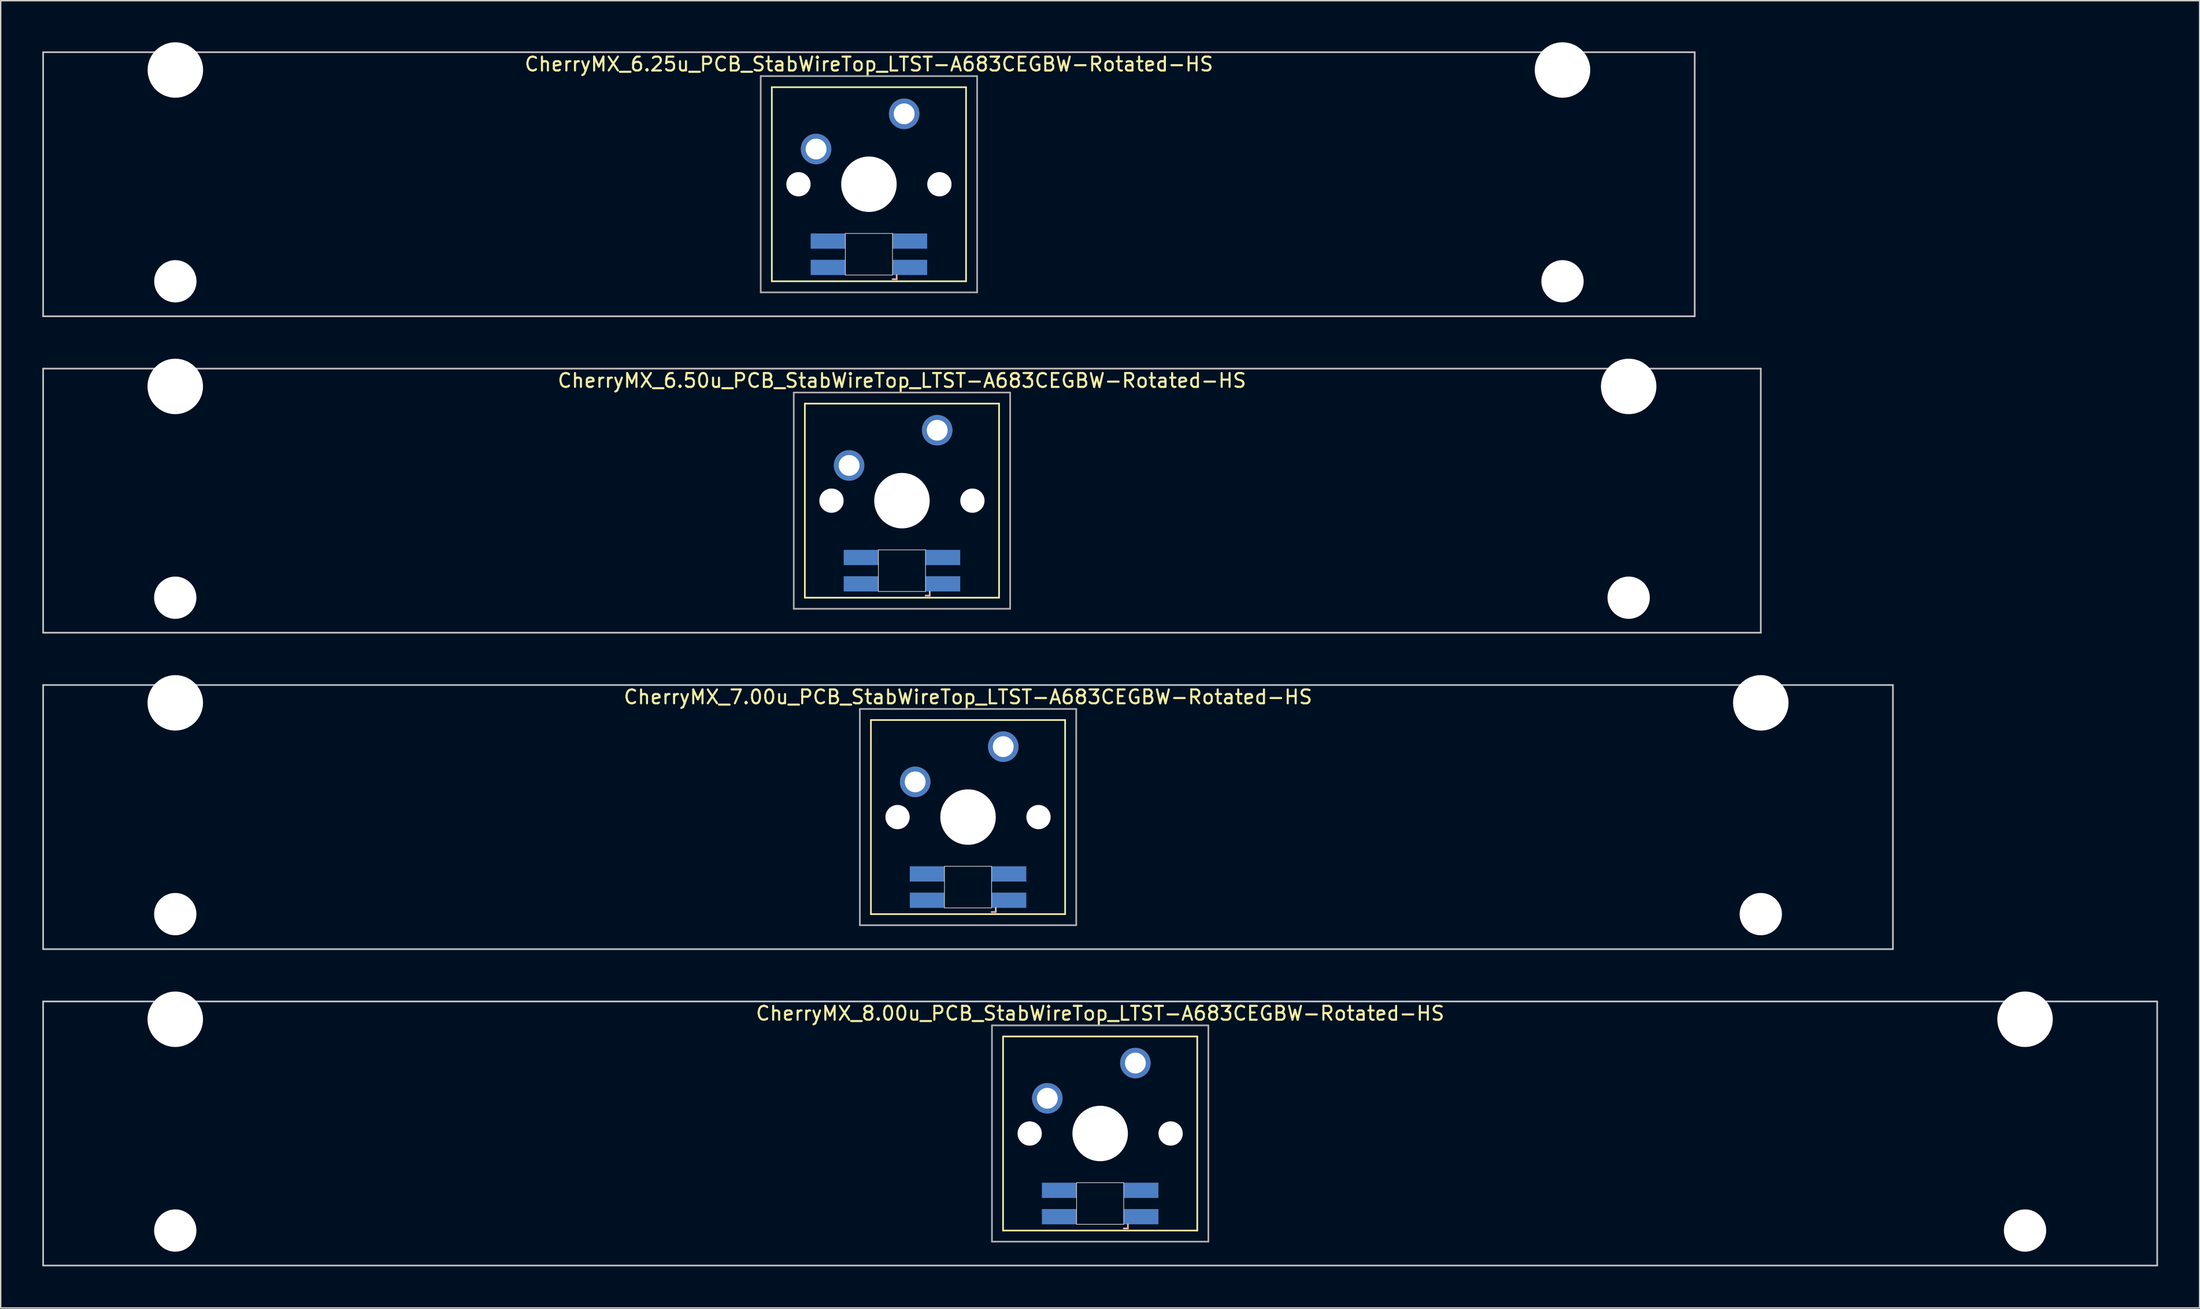
<source format=kicad_pcb>
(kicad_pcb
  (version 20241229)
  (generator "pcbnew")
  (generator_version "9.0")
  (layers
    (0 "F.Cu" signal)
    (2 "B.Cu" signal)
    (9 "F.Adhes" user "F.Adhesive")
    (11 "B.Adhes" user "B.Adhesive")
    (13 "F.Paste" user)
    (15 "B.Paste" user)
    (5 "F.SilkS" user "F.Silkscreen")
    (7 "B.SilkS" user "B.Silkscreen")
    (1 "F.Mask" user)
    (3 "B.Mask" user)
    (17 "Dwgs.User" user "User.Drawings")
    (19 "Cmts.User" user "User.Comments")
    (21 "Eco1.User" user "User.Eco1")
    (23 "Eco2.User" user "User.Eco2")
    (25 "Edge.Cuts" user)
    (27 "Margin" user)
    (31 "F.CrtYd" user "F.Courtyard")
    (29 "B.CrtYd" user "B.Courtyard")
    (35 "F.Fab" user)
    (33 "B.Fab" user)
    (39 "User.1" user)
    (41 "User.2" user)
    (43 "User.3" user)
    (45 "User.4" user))
  (footprint "CherryMX_8.00u_PCB_StabWireTop_LTST-A683CEGBW-Rotated-HS"
    (layer "F.Cu")
    (at 76.26 78.715)
    (property "Reference" "CherryMX_8.00u_PCB_StabWireTop_LTST-A683CEGBW-Rotated-HS" (at 0 -8.662 0) (layer "F.SilkS") (effects (font (size 1 1) (thickness 0.15))))
    (attr through_hole)
    (fp_line (start -7 -7) (end -7 7) (stroke (width 0.12) (type solid)) (layer "F.SilkS"))
    (fp_line (start -7 -7) (end 7 -7) (stroke (width 0.12) (type solid)) (layer "F.SilkS"))
    (fp_line (start 7 -7) (end 7 7) (stroke (width 0.12) (type solid)) (layer "F.SilkS"))
    (fp_line (start 7 7) (end -7 7) (stroke (width 0.12) (type solid)) (layer "F.SilkS"))
    (fp_line (start 1.7 6.85) (end 2 6.85) (stroke (width 0.12) (type solid)) (layer "B.SilkS"))
    (fp_line (start 2 6.85) (end 2 6.55) (stroke (width 0.12) (type solid)) (layer "B.SilkS"))
    (fp_line (start -76.2 -9.525) (end 76.2 -9.525) (stroke (width 0.12) (type solid)) (layer "Dwgs.User"))
    (fp_line (start -76.2 9.525) (end -76.2 -9.525) (stroke (width 0.12) (type solid)) (layer "Dwgs.User"))
    (fp_line (start 76.2 -9.525) (end 76.2 9.525) (stroke (width 0.12) (type solid)) (layer "Dwgs.User"))
    (fp_line (start 76.2 9.525) (end -76.2 9.525) (stroke (width 0.12) (type solid)) (layer "Dwgs.User"))
    (fp_line (start -1.7 3.55) (end 1.7 3.55) (stroke (width 0.05) (type solid)) (layer "Edge.Cuts"))
    (fp_line (start -1.7 6.55) (end -1.7 3.55) (stroke (width 0.05) (type solid)) (layer "Edge.Cuts"))
    (fp_line (start 1.7 3.55) (end 1.7 6.55) (stroke (width 0.05) (type solid)) (layer "Edge.Cuts"))
    (fp_line (start 1.7 6.55) (end -1.7 6.55) (stroke (width 0.05) (type solid)) (layer "Edge.Cuts"))
    (fp_line (start -7.8 -7.8) (end -7.8 7.8) (stroke (width 0.12) (type solid)) (layer "F.Fab"))
    (fp_line (start -7.8 -7.8) (end 7.8 -7.8) (stroke (width 0.12) (type solid)) (layer "F.Fab"))
    (fp_line (start -7.8 7.8) (end 7.8 7.8) (stroke (width 0.12) (type solid)) (layer "F.Fab"))
    (fp_line (start 7.8 -7.8) (end 7.8 7.8) (stroke (width 0.12) (type solid)) (layer "F.Fab"))
    (pad "" np_thru_hole circle (at -66.675 -8.24) (size 4 4) (drill 4) (layers "*.Cu" "*.Mask"))
    (pad "" np_thru_hole circle (at -66.675 7) (size 3.05 3.05) (drill 3.05) (layers "*.Cu" "*.Mask"))
    (pad "" np_thru_hole circle (at -5.08 0) (size 1.75 1.75) (drill 1.75) (layers "*.Cu" "*.Mask"))
    (pad "" np_thru_hole circle (at 0 0) (size 4 4) (drill 4) (layers "*.Cu" "*.Mask"))
    (pad "" np_thru_hole circle (at 5.08 0) (size 1.75 1.75) (drill 1.75) (layers "*.Cu" "*.Mask"))
    (pad "" np_thru_hole circle (at 66.675 -8.24) (size 4 4) (drill 4) (layers "*.Cu" "*.Mask"))
    (pad "" np_thru_hole circle (at 66.675 7) (size 3.05 3.05) (drill 3.05) (layers "*.Cu" "*.Mask"))
    (pad "1" thru_hole circle (at -3.81 -2.54) (size 2.2 2.2) (drill 1.5) (layers "*.Cu" "*.Mask"))
    (pad "2" thru_hole circle (at 2.54 -5.08) (size 2.2 2.2) (drill 1.5) (layers "*.Cu" "*.Mask"))
    (pad "3" smd rect (at 2.95 6) (size 2.5 1.1) (layers "B.Cu" "B.Mask" "B.Paste"))
    (pad "4" smd rect (at 2.95 4.1) (size 2.5 1.1) (layers "B.Cu" "B.Mask" "B.Paste"))
    (pad "5" smd rect (at -2.95 6) (size 2.5 1.1) (layers "B.Cu" "B.Mask" "B.Paste"))
    (pad "6" smd rect (at -2.95 4.1) (size 2.5 1.1) (layers "B.Cu" "B.Mask" "B.Paste")))
  (footprint "CherryMX_6.25u_PCB_StabWireTop_LTST-A683CEGBW-Rotated-HS"
    (layer "F.Cu")
    (at 59.591 10.24)
    (property "Reference" "CherryMX_6.25u_PCB_StabWireTop_LTST-A683CEGBW-Rotated-HS" (at 0 -8.662 0) (layer "F.SilkS") (effects (font (size 1 1) (thickness 0.15))))
    (attr through_hole)
    (fp_line (start -7 -7) (end -7 7) (stroke (width 0.12) (type solid)) (layer "F.SilkS"))
    (fp_line (start -7 -7) (end 7 -7) (stroke (width 0.12) (type solid)) (layer "F.SilkS"))
    (fp_line (start 7 -7) (end 7 7) (stroke (width 0.12) (type solid)) (layer "F.SilkS"))
    (fp_line (start 7 7) (end -7 7) (stroke (width 0.12) (type solid)) (layer "F.SilkS"))
    (fp_line (start 1.7 6.85) (end 2 6.85) (stroke (width 0.12) (type solid)) (layer "B.SilkS"))
    (fp_line (start 2 6.85) (end 2 6.55) (stroke (width 0.12) (type solid)) (layer "B.SilkS"))
    (fp_line (start -59.531 -9.525) (end 59.531 -9.525) (stroke (width 0.12) (type solid)) (layer "Dwgs.User"))
    (fp_line (start -59.531 9.525) (end -59.531 -9.525) (stroke (width 0.12) (type solid)) (layer "Dwgs.User"))
    (fp_line (start 59.531 -9.525) (end 59.531 9.525) (stroke (width 0.12) (type solid)) (layer "Dwgs.User"))
    (fp_line (start 59.531 9.525) (end -59.531 9.525) (stroke (width 0.12) (type solid)) (layer "Dwgs.User"))
    (fp_line (start -1.7 3.55) (end 1.7 3.55) (stroke (width 0.05) (type solid)) (layer "Edge.Cuts"))
    (fp_line (start -1.7 6.55) (end -1.7 3.55) (stroke (width 0.05) (type solid)) (layer "Edge.Cuts"))
    (fp_line (start 1.7 3.55) (end 1.7 6.55) (stroke (width 0.05) (type solid)) (layer "Edge.Cuts"))
    (fp_line (start 1.7 6.55) (end -1.7 6.55) (stroke (width 0.05) (type solid)) (layer "Edge.Cuts"))
    (fp_line (start -7.8 -7.8) (end -7.8 7.8) (stroke (width 0.12) (type solid)) (layer "F.Fab"))
    (fp_line (start -7.8 -7.8) (end 7.8 -7.8) (stroke (width 0.12) (type solid)) (layer "F.Fab"))
    (fp_line (start -7.8 7.8) (end 7.8 7.8) (stroke (width 0.12) (type solid)) (layer "F.Fab"))
    (fp_line (start 7.8 -7.8) (end 7.8 7.8) (stroke (width 0.12) (type solid)) (layer "F.Fab"))
    (pad "" np_thru_hole circle (at -50 -8.24) (size 4 4) (drill 4) (layers "*.Cu" "*.Mask"))
    (pad "" np_thru_hole circle (at -50 7) (size 3.05 3.05) (drill 3.05) (layers "*.Cu" "*.Mask"))
    (pad "" np_thru_hole circle (at -5.08 0) (size 1.75 1.75) (drill 1.75) (layers "*.Cu" "*.Mask"))
    (pad "" np_thru_hole circle (at 0 0) (size 4 4) (drill 4) (layers "*.Cu" "*.Mask"))
    (pad "" np_thru_hole circle (at 5.08 0) (size 1.75 1.75) (drill 1.75) (layers "*.Cu" "*.Mask"))
    (pad "" np_thru_hole circle (at 50 -8.24) (size 4 4) (drill 4) (layers "*.Cu" "*.Mask"))
    (pad "" np_thru_hole circle (at 50 7) (size 3.05 3.05) (drill 3.05) (layers "*.Cu" "*.Mask"))
    (pad "1" thru_hole circle (at -3.81 -2.54) (size 2.2 2.2) (drill 1.5) (layers "*.Cu" "*.Mask"))
    (pad "2" thru_hole circle (at 2.54 -5.08) (size 2.2 2.2) (drill 1.5) (layers "*.Cu" "*.Mask"))
    (pad "3" smd rect (at 2.95 6) (size 2.5 1.1) (layers "B.Cu" "B.Mask" "B.Paste"))
    (pad "4" smd rect (at 2.95 4.1) (size 2.5 1.1) (layers "B.Cu" "B.Mask" "B.Paste"))
    (pad "5" smd rect (at -2.95 6) (size 2.5 1.1) (layers "B.Cu" "B.Mask" "B.Paste"))
    (pad "6" smd rect (at -2.95 4.1) (size 2.5 1.1) (layers "B.Cu" "B.Mask" "B.Paste")))
  (footprint "CherryMX_7.00u_PCB_StabWireTop_LTST-A683CEGBW-Rotated-HS"
    (layer "F.Cu")
    (at 66.735 55.89)
    (property "Reference" "CherryMX_7.00u_PCB_StabWireTop_LTST-A683CEGBW-Rotated-HS" (at 0 -8.662 0) (layer "F.SilkS") (effects (font (size 1 1) (thickness 0.15))))
    (attr through_hole)
    (fp_line (start -7 -7) (end -7 7) (stroke (width 0.12) (type solid)) (layer "F.SilkS"))
    (fp_line (start -7 -7) (end 7 -7) (stroke (width 0.12) (type solid)) (layer "F.SilkS"))
    (fp_line (start 7 -7) (end 7 7) (stroke (width 0.12) (type solid)) (layer "F.SilkS"))
    (fp_line (start 7 7) (end -7 7) (stroke (width 0.12) (type solid)) (layer "F.SilkS"))
    (fp_line (start 1.7 6.85) (end 2 6.85) (stroke (width 0.12) (type solid)) (layer "B.SilkS"))
    (fp_line (start 2 6.85) (end 2 6.55) (stroke (width 0.12) (type solid)) (layer "B.SilkS"))
    (fp_line (start -66.675 -9.525) (end 66.675 -9.525) (stroke (width 0.12) (type solid)) (layer "Dwgs.User"))
    (fp_line (start -66.675 9.525) (end -66.675 -9.525) (stroke (width 0.12) (type solid)) (layer "Dwgs.User"))
    (fp_line (start 66.675 -9.525) (end 66.675 9.525) (stroke (width 0.12) (type solid)) (layer "Dwgs.User"))
    (fp_line (start 66.675 9.525) (end -66.675 9.525) (stroke (width 0.12) (type solid)) (layer "Dwgs.User"))
    (fp_line (start -1.7 3.55) (end 1.7 3.55) (stroke (width 0.05) (type solid)) (layer "Edge.Cuts"))
    (fp_line (start -1.7 6.55) (end -1.7 3.55) (stroke (width 0.05) (type solid)) (layer "Edge.Cuts"))
    (fp_line (start 1.7 3.55) (end 1.7 6.55) (stroke (width 0.05) (type solid)) (layer "Edge.Cuts"))
    (fp_line (start 1.7 6.55) (end -1.7 6.55) (stroke (width 0.05) (type solid)) (layer "Edge.Cuts"))
    (fp_line (start -7.8 -7.8) (end -7.8 7.8) (stroke (width 0.12) (type solid)) (layer "F.Fab"))
    (fp_line (start -7.8 -7.8) (end 7.8 -7.8) (stroke (width 0.12) (type solid)) (layer "F.Fab"))
    (fp_line (start -7.8 7.8) (end 7.8 7.8) (stroke (width 0.12) (type solid)) (layer "F.Fab"))
    (fp_line (start 7.8 -7.8) (end 7.8 7.8) (stroke (width 0.12) (type solid)) (layer "F.Fab"))
    (pad "" np_thru_hole circle (at -57.15 -8.24) (size 4 4) (drill 4) (layers "*.Cu" "*.Mask"))
    (pad "" np_thru_hole circle (at -57.15 7) (size 3.05 3.05) (drill 3.05) (layers "*.Cu" "*.Mask"))
    (pad "" np_thru_hole circle (at -5.08 0) (size 1.75 1.75) (drill 1.75) (layers "*.Cu" "*.Mask"))
    (pad "" np_thru_hole circle (at 0 0) (size 4 4) (drill 4) (layers "*.Cu" "*.Mask"))
    (pad "" np_thru_hole circle (at 5.08 0) (size 1.75 1.75) (drill 1.75) (layers "*.Cu" "*.Mask"))
    (pad "" np_thru_hole circle (at 57.15 -8.24) (size 4 4) (drill 4) (layers "*.Cu" "*.Mask"))
    (pad "" np_thru_hole circle (at 57.15 7) (size 3.05 3.05) (drill 3.05) (layers "*.Cu" "*.Mask"))
    (pad "1" thru_hole circle (at -3.81 -2.54) (size 2.2 2.2) (drill 1.5) (layers "*.Cu" "*.Mask"))
    (pad "2" thru_hole circle (at 2.54 -5.08) (size 2.2 2.2) (drill 1.5) (layers "*.Cu" "*.Mask"))
    (pad "3" smd rect (at 2.95 6) (size 2.5 1.1) (layers "B.Cu" "B.Mask" "B.Paste"))
    (pad "4" smd rect (at 2.95 4.1) (size 2.5 1.1) (layers "B.Cu" "B.Mask" "B.Paste"))
    (pad "5" smd rect (at -2.95 6) (size 2.5 1.1) (layers "B.Cu" "B.Mask" "B.Paste"))
    (pad "6" smd rect (at -2.95 4.1) (size 2.5 1.1) (layers "B.Cu" "B.Mask" "B.Paste")))
  (footprint "CherryMX_6.50u_PCB_StabWireTop_LTST-A683CEGBW-Rotated-HS"
    (layer "F.Cu")
    (at 61.972 33.065)
    (property "Reference" "CherryMX_6.50u_PCB_StabWireTop_LTST-A683CEGBW-Rotated-HS" (at 0 -8.662 0) (layer "F.SilkS") (effects (font (size 1 1) (thickness 0.15))))
    (attr through_hole)
    (fp_line (start -7 -7) (end -7 7) (stroke (width 0.12) (type solid)) (layer "F.SilkS"))
    (fp_line (start -7 -7) (end 7 -7) (stroke (width 0.12) (type solid)) (layer "F.SilkS"))
    (fp_line (start 7 -7) (end 7 7) (stroke (width 0.12) (type solid)) (layer "F.SilkS"))
    (fp_line (start 7 7) (end -7 7) (stroke (width 0.12) (type solid)) (layer "F.SilkS"))
    (fp_line (start 1.7 6.85) (end 2 6.85) (stroke (width 0.12) (type solid)) (layer "B.SilkS"))
    (fp_line (start 2 6.85) (end 2 6.55) (stroke (width 0.12) (type solid)) (layer "B.SilkS"))
    (fp_line (start -61.913 -9.525) (end 61.913 -9.525) (stroke (width 0.12) (type solid)) (layer "Dwgs.User"))
    (fp_line (start -61.913 9.525) (end -61.913 -9.525) (stroke (width 0.12) (type solid)) (layer "Dwgs.User"))
    (fp_line (start 61.913 -9.525) (end 61.913 9.525) (stroke (width 0.12) (type solid)) (layer "Dwgs.User"))
    (fp_line (start 61.913 9.525) (end -61.913 9.525) (stroke (width 0.12) (type solid)) (layer "Dwgs.User"))
    (fp_line (start -1.7 3.55) (end 1.7 3.55) (stroke (width 0.05) (type solid)) (layer "Edge.Cuts"))
    (fp_line (start -1.7 6.55) (end -1.7 3.55) (stroke (width 0.05) (type solid)) (layer "Edge.Cuts"))
    (fp_line (start 1.7 3.55) (end 1.7 6.55) (stroke (width 0.05) (type solid)) (layer "Edge.Cuts"))
    (fp_line (start 1.7 6.55) (end -1.7 6.55) (stroke (width 0.05) (type solid)) (layer "Edge.Cuts"))
    (fp_line (start -7.8 -7.8) (end -7.8 7.8) (stroke (width 0.12) (type solid)) (layer "F.Fab"))
    (fp_line (start -7.8 -7.8) (end 7.8 -7.8) (stroke (width 0.12) (type solid)) (layer "F.Fab"))
    (fp_line (start -7.8 7.8) (end 7.8 7.8) (stroke (width 0.12) (type solid)) (layer "F.Fab"))
    (fp_line (start 7.8 -7.8) (end 7.8 7.8) (stroke (width 0.12) (type solid)) (layer "F.Fab"))
    (pad "" np_thru_hole circle (at -52.388 -8.24) (size 4 4) (drill 4) (layers "*.Cu" "*.Mask"))
    (pad "" np_thru_hole circle (at -52.388 7) (size 3.05 3.05) (drill 3.05) (layers "*.Cu" "*.Mask"))
    (pad "" np_thru_hole circle (at -5.08 0) (size 1.75 1.75) (drill 1.75) (layers "*.Cu" "*.Mask"))
    (pad "" np_thru_hole circle (at 0 0) (size 4 4) (drill 4) (layers "*.Cu" "*.Mask"))
    (pad "" np_thru_hole circle (at 5.08 0) (size 1.75 1.75) (drill 1.75) (layers "*.Cu" "*.Mask"))
    (pad "" np_thru_hole circle (at 52.388 -8.24) (size 4 4) (drill 4) (layers "*.Cu" "*.Mask"))
    (pad "" np_thru_hole circle (at 52.388 7) (size 3.05 3.05) (drill 3.05) (layers "*.Cu" "*.Mask"))
    (pad "1" thru_hole circle (at -3.81 -2.54) (size 2.2 2.2) (drill 1.5) (layers "*.Cu" "*.Mask"))
    (pad "2" thru_hole circle (at 2.54 -5.08) (size 2.2 2.2) (drill 1.5) (layers "*.Cu" "*.Mask"))
    (pad "3" smd rect (at 2.95 6) (size 2.5 1.1) (layers "B.Cu" "B.Mask" "B.Paste"))
    (pad "4" smd rect (at 2.95 4.1) (size 2.5 1.1) (layers "B.Cu" "B.Mask" "B.Paste"))
    (pad "5" smd rect (at -2.95 6) (size 2.5 1.1) (layers "B.Cu" "B.Mask" "B.Paste"))
    (pad "6" smd rect (at -2.95 4.1) (size 2.5 1.1) (layers "B.Cu" "B.Mask" "B.Paste")))
  (gr_rect
    (start -3 -3)
    (end 155.52 91.3)
    (stroke (width 0.1) (type default))
    (fill no)
    (layer "Edge.Cuts")))
</source>
